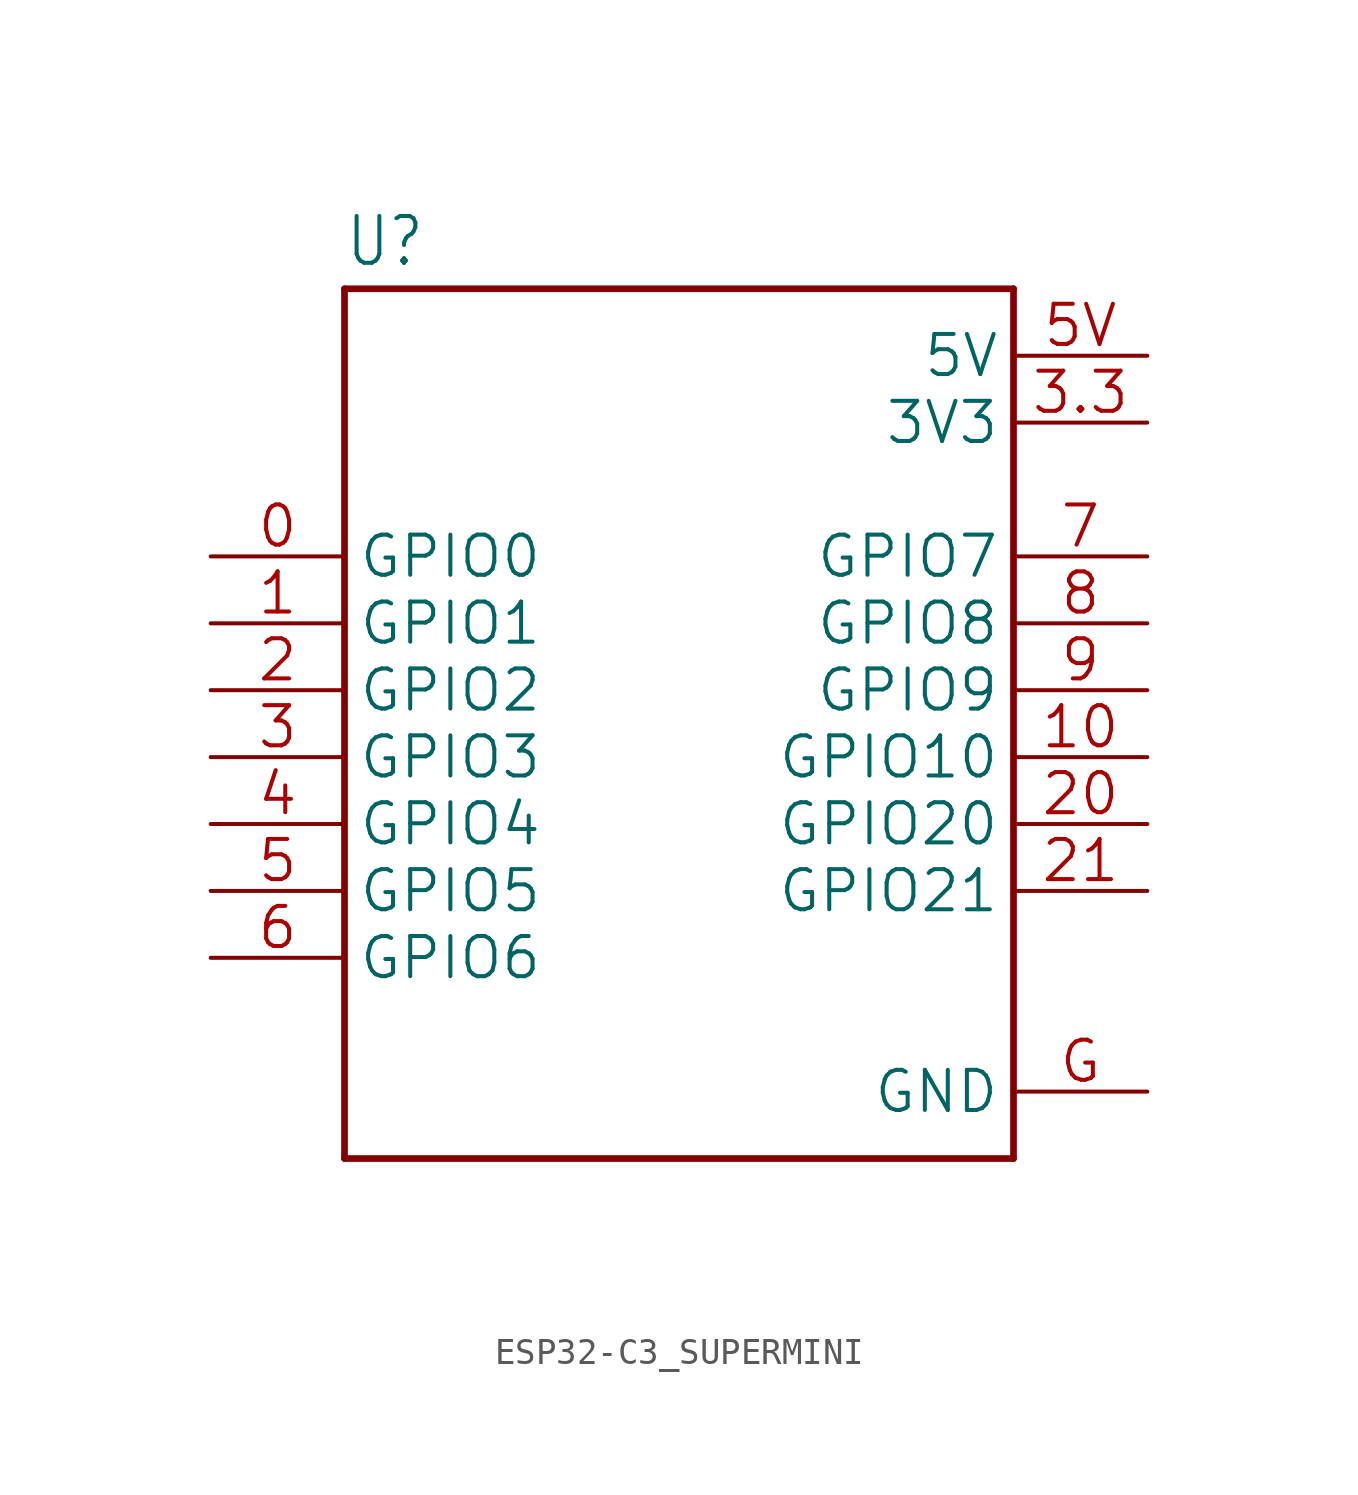
<source format=kicad_sym>
(kicad_symbol_lib
  (version 20241209)
  (generator "kicad_symbol_editor")
  (generator_version "9.0")
  (symbol "ESP32-C3_SUPERMINI"
    (property "Reference" "U"
      (at -12.7 16.002 0)
      (effects (font (size 1.778 1.511)) (justify left bottom)))
    (property "Value" ""
      (at -12.7 -20.32 0)
      (effects (font (size 1.778 1.511)) (justify left bottom)))
    (property "ki_locked" ""
      (at 0 0 0)
      (effects (font (size 1.27 1.27))))
    (symbol "ESP32-C3_SUPERMINI_1_0"
      (polyline (pts (xy -12.7 15.24) (xy -12.7 -17.78)) (stroke (width 0.254) (type solid)) (fill (type none)))
      (polyline (pts (xy -12.7 -17.78) (xy 12.7 -17.78)) (stroke (width 0.254) (type solid)) (fill (type none)))
      (polyline (pts (xy 12.7 15.24) (xy -12.7 15.24)) (stroke (width 0.254) (type solid)) (fill (type none)))
      (polyline (pts (xy 12.7 -17.78) (xy 12.7 15.24)) (stroke (width 0.254) (type solid)) (fill (type none)))
      (pin bidirectional line (at -17.78 5.08 0) (length 5.08) (name "GPIO0" (effects (font (size 1.524 1.524)))) (number "0" (effects (font (size 1.524 1.524)))))
      (pin bidirectional line (at -17.78 2.54 0) (length 5.08) (name "GPIO1" (effects (font (size 1.524 1.524)))) (number "1" (effects (font (size 1.524 1.524)))))
      (pin bidirectional line (at -17.78 0 0) (length 5.08) (name "GPIO2" (effects (font (size 1.524 1.524)))) (number "2" (effects (font (size 1.524 1.524)))))
      (pin bidirectional line (at -17.78 -2.54 0) (length 5.08) (name "GPIO3" (effects (font (size 1.524 1.524)))) (number "3" (effects (font (size 1.524 1.524)))))
      (pin bidirectional line (at -17.78 -5.08 0) (length 5.08) (name "GPIO4" (effects (font (size 1.524 1.524)))) (number "4" (effects (font (size 1.524 1.524)))))
      (pin bidirectional line (at -17.78 -7.62 0) (length 5.08) (name "GPIO5" (effects (font (size 1.524 1.524)))) (number "5" (effects (font (size 1.524 1.524)))))
      (pin bidirectional line (at -17.78 -10.16 0) (length 5.08) (name "GPIO6" (effects (font (size 1.524 1.524)))) (number "6" (effects (font (size 1.524 1.524)))))
      (pin power_in line (at 17.78 12.7 180) (length 5.08) (name "5V" (effects (font (size 1.524 1.524)))) (number "5V" (effects (font (size 1.524 1.524)))))
      (pin power_in line (at 17.78 10.16 180) (length 5.08) (name "3V3" (effects (font (size 1.524 1.524)))) (number "3.3" (effects (font (size 1.524 1.524)))))
      (pin bidirectional line (at 17.78 5.08 180) (length 5.08) (name "GPIO7" (effects (font (size 1.524 1.524)))) (number "7" (effects (font (size 1.524 1.524)))))
      (pin bidirectional line (at 17.78 2.54 180) (length 5.08) (name "GPIO8" (effects (font (size 1.524 1.524)))) (number "8" (effects (font (size 1.524 1.524)))))
      (pin bidirectional line (at 17.78 0 180) (length 5.08) (name "GPIO9" (effects (font (size 1.524 1.524)))) (number "9" (effects (font (size 1.524 1.524)))))
      (pin bidirectional line (at 17.78 -2.54 180) (length 5.08) (name "GPIO10" (effects (font (size 1.524 1.524)))) (number "10" (effects (font (size 1.524 1.524)))))
      (pin bidirectional line (at 17.78 -5.08 180) (length 5.08) (name "GPIO20" (effects (font (size 1.524 1.524)))) (number "20" (effects (font (size 1.524 1.524)))))
      (pin bidirectional line (at 17.78 -7.62 180) (length 5.08) (name "GPIO21" (effects (font (size 1.524 1.524)))) (number "21" (effects (font (size 1.524 1.524)))))
      (pin power_in line (at 17.78 -15.24 180) (length 5.08) (name "GND" (effects (font (size 1.524 1.524)))) (number "G" (effects (font (size 1.524 1.524))))))))
</source>
